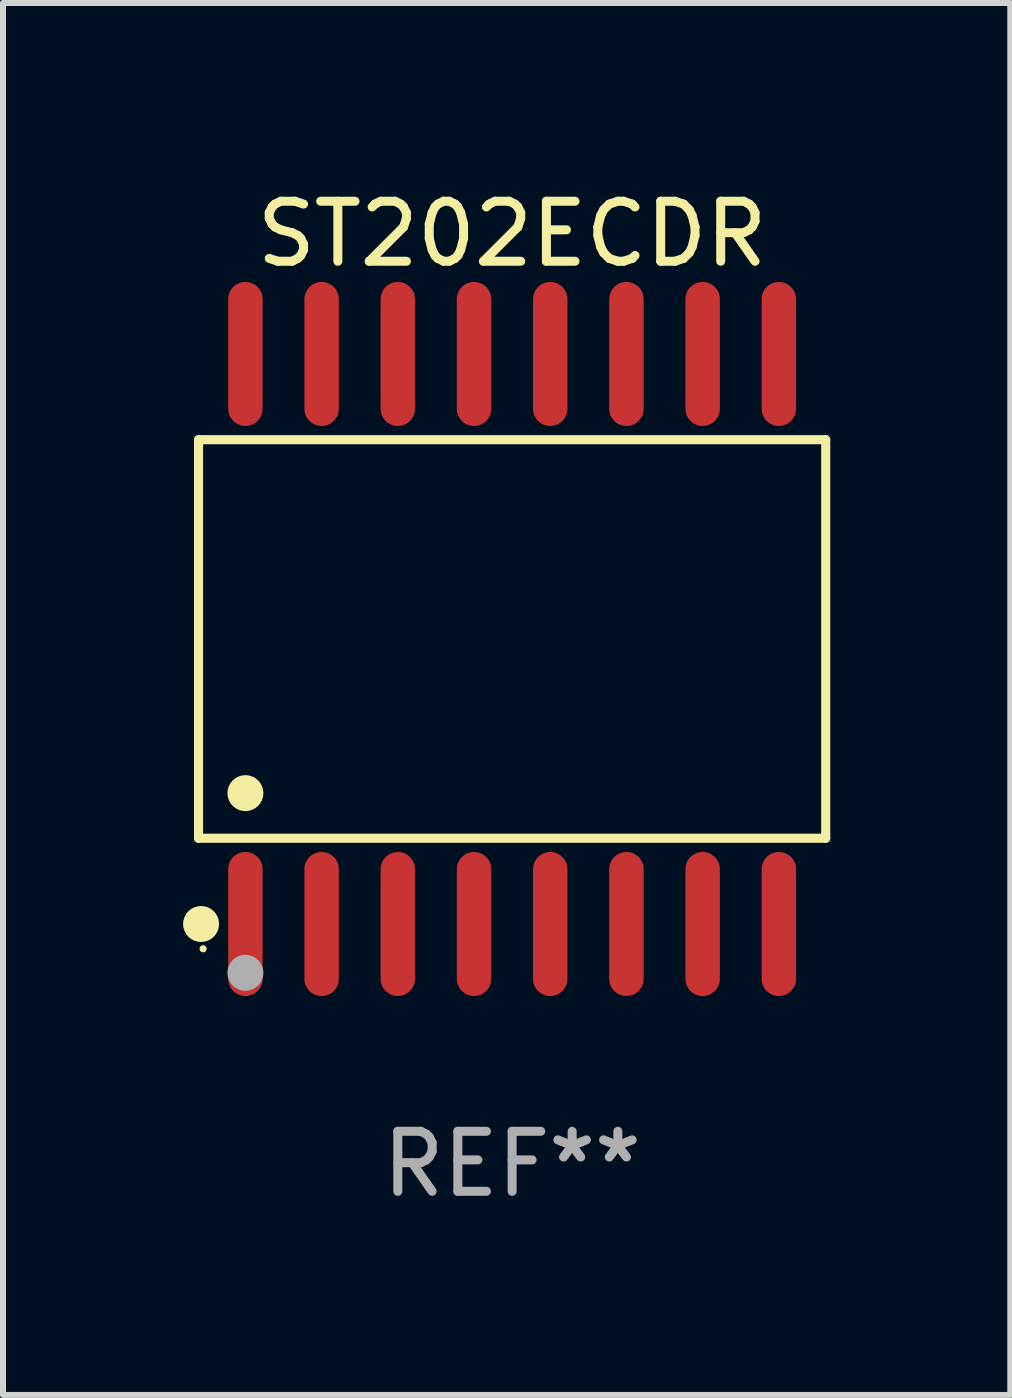
<source format=kicad_pcb>
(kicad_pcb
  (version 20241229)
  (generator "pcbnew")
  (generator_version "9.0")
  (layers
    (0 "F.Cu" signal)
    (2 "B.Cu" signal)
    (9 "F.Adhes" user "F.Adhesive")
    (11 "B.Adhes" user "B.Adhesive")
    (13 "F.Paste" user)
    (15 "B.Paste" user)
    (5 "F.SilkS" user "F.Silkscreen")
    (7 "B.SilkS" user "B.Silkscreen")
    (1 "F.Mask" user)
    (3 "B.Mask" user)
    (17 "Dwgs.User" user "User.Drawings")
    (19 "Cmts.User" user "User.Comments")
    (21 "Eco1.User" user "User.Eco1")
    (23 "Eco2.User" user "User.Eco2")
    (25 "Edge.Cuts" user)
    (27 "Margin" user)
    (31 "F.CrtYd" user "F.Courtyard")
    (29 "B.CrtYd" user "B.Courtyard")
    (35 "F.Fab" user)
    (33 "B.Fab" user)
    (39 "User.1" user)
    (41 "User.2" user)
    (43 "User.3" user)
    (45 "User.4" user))
  (footprint "ST202ECDR"
    (layer "F.Cu")
    (at 5.485 7.599)
    (property "Reference" "ST202ECDR" (at 0 -6.75 0) (layer "F.SilkS") (effects (font (size 1 1) (thickness 0.15))))
    (attr through_hole)
    (fp_line (start -5.226 -3.321) (end 5.226 -3.321) (stroke (width 0.152) (type solid)) (layer "F.SilkS"))
    (fp_line (start -5.226 3.321) (end -5.226 -3.321) (stroke (width 0.152) (type solid)) (layer "F.SilkS"))
    (fp_line (start 5.226 -3.321) (end 5.226 3.321) (stroke (width 0.152) (type solid)) (layer "F.SilkS"))
    (fp_line (start 5.226 3.321) (end -5.226 3.321) (stroke (width 0.152) (type solid)) (layer "F.SilkS"))
    (fp_circle (center -5.184 4.75) (end -5.034 4.75) (stroke (width 0.3) (type solid)) (fill no) (layer "F.SilkS"))
    (fp_circle (center -5.15 5.163) (end -5.12 5.163) (stroke (width 0.06) (type solid)) (fill no) (layer "F.SilkS"))
    (fp_circle (center -4.445 2.569) (end -4.295 2.569) (stroke (width 0.3) (type solid)) (fill no) (layer "F.SilkS"))
    (fp_circle (center -4.445 5.563) (end -4.295 5.563) (stroke (width 0.3) (type solid)) (fill no) (layer "F.Fab"))
    (fp_text user "REF**" (at 0 8.75 0) (layer "F.Fab") (effects (font (size 1 1) (thickness 0.15))))
    (pad "1" smd oval (at -4.445 4.75) (size 0.574 2.401) (layers "F.Cu" "F.Mask" "F.Paste"))
    (pad "2" smd oval (at -3.175 4.75) (size 0.574 2.401) (layers "F.Cu" "F.Mask" "F.Paste"))
    (pad "3" smd oval (at -1.905 4.75) (size 0.574 2.401) (layers "F.Cu" "F.Mask" "F.Paste"))
    (pad "4" smd oval (at -0.635 4.75) (size 0.574 2.401) (layers "F.Cu" "F.Mask" "F.Paste"))
    (pad "5" smd oval (at 0.635 4.75) (size 0.574 2.401) (layers "F.Cu" "F.Mask" "F.Paste"))
    (pad "6" smd oval (at 1.905 4.75) (size 0.574 2.401) (layers "F.Cu" "F.Mask" "F.Paste"))
    (pad "7" smd oval (at 3.175 4.75) (size 0.574 2.401) (layers "F.Cu" "F.Mask" "F.Paste"))
    (pad "8" smd oval (at 4.445 4.75) (size 0.574 2.401) (layers "F.Cu" "F.Mask" "F.Paste"))
    (pad "9" smd oval (at 4.445 -4.75) (size 0.574 2.401) (layers "F.Cu" "F.Mask" "F.Paste"))
    (pad "10" smd oval (at 3.175 -4.75) (size 0.574 2.401) (layers "F.Cu" "F.Mask" "F.Paste"))
    (pad "11" smd oval (at 1.905 -4.75) (size 0.574 2.401) (layers "F.Cu" "F.Mask" "F.Paste"))
    (pad "12" smd oval (at 0.635 -4.75) (size 0.574 2.401) (layers "F.Cu" "F.Mask" "F.Paste"))
    (pad "13" smd oval (at -0.635 -4.75) (size 0.574 2.401) (layers "F.Cu" "F.Mask" "F.Paste"))
    (pad "14" smd oval (at -1.905 -4.75) (size 0.574 2.401) (layers "F.Cu" "F.Mask" "F.Paste"))
    (pad "15" smd oval (at -3.175 -4.75) (size 0.574 2.401) (layers "F.Cu" "F.Mask" "F.Paste"))
    (pad "16" smd oval (at -4.445 -4.75) (size 0.574 2.401) (layers "F.Cu" "F.Mask" "F.Paste")))
  (gr_rect
    (start -3 -3)
    (end 13.787 20.197)
    (stroke (width 0.1) (type default))
    (fill no)
    (layer "Edge.Cuts")))
</source>
